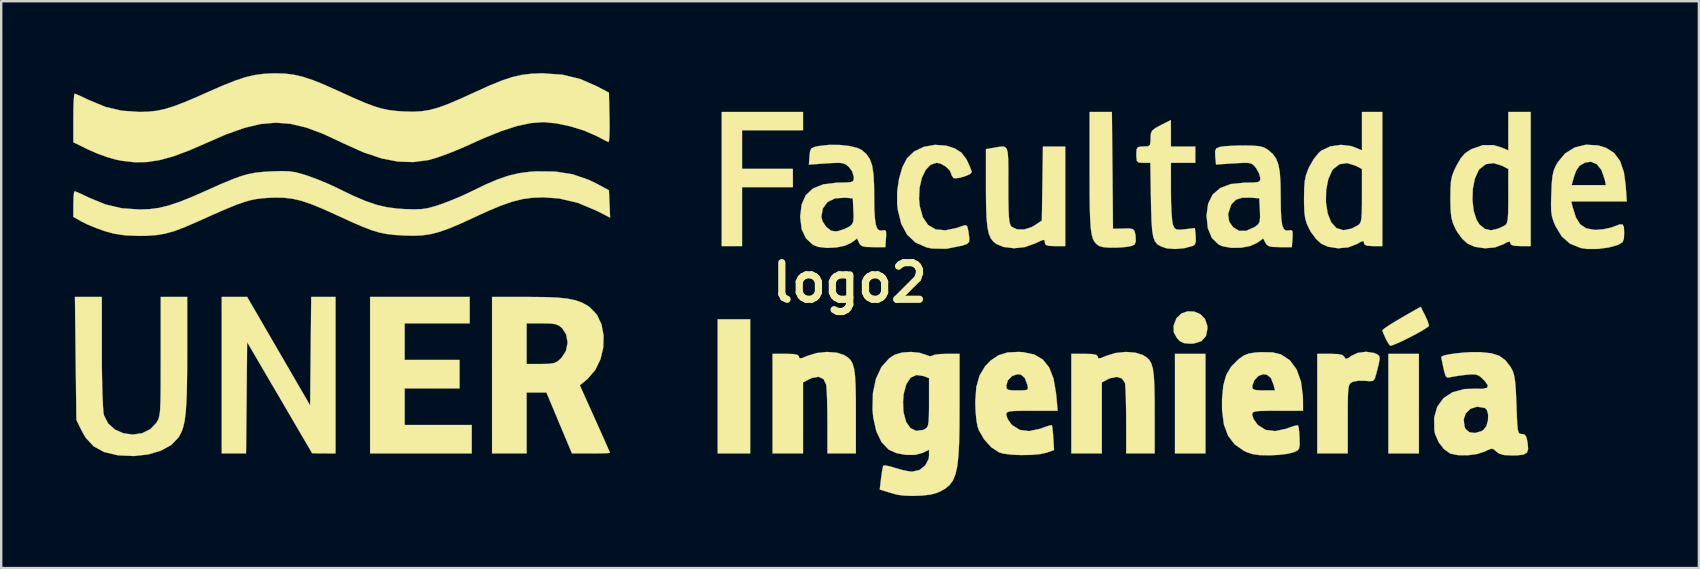
<source format=kicad_pcb>
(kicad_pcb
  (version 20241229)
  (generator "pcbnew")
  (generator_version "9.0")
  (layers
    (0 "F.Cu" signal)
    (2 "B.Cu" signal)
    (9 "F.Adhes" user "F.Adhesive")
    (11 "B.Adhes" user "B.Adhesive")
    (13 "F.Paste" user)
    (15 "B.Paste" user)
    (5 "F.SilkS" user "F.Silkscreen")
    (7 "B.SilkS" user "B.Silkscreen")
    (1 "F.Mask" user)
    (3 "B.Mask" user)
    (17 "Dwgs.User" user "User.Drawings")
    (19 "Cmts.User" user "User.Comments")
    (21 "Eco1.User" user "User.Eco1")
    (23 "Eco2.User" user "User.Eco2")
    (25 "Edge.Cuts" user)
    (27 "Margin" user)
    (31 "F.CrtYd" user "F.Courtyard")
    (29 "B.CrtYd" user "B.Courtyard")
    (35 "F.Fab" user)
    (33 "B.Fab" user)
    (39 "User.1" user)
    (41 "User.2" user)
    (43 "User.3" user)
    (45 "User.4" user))
  (footprint "logo2"
    (layer "F.Cu")
    (at 32.348 8.726)
    (property "Reference" "logo2" (at 0 0 0) (layer "F.SilkS") (effects (font (size 1.524 1.524) (thickness 0.3))))
    (attr through_hole)
    (fp_poly (pts (xy -4.149 7.112) (xy -5.503 7.112) (xy -5.503 1.524) (xy -4.149 1.524) (xy -4.149 7.112)) (stroke (width 0.01) (type solid)) (fill yes) (layer "F.SilkS"))
    (fp_poly (pts (xy 14.817 7.112) (xy 13.547 7.112) (xy 13.547 2.963) (xy 14.817 2.963) (xy 14.817 7.112)) (stroke (width 0.01) (type solid)) (fill yes) (layer "F.SilkS"))
    (fp_poly (pts (xy 23.707 7.112) (xy 22.437 7.112) (xy 22.437 2.963) (xy 23.707 2.963) (xy 23.707 7.112)) (stroke (width 0.01) (type solid)) (fill yes) (layer "F.SilkS"))
    (fp_poly (pts (xy -1.947 -6.35) (xy -4.487 -6.35) (xy -4.487 -4.741) (xy -2.371 -4.741) (xy -2.371 -3.979) (xy -4.487 -3.979) (xy -4.487 -1.524) (xy -5.334 -1.524) (xy -5.334 -7.112) (xy -1.947 -7.112) (xy -1.947 -6.35)) (stroke (width 0.01) (type solid)) (fill yes) (layer "F.SilkS"))
    (fp_poly (pts (xy -15.833 1.693) (xy -18.542 1.693) (xy -18.542 3.217) (xy -16.256 3.217) (xy -16.256 4.403) (xy -18.542 4.403) (xy -18.542 5.927) (xy -15.748 5.927) (xy -15.748 7.112) (xy -19.981 7.112) (xy -19.981 0.593) (xy -15.833 0.593) (xy -15.833 1.693)) (stroke (width 0.01) (type solid)) (fill yes) (layer "F.SilkS"))
    (fp_poly (pts (xy -22.479 5.114) (xy -22.456 2.853) (xy -22.434 0.593) (xy -21.421 0.593) (xy -21.421 7.112) (xy -21.907 7.109) (xy -22.394 7.106) (xy -23.749 4.79) (xy -25.104 2.474) (xy -25.126 4.793) (xy -25.149 7.112) (xy -26.162 7.112) (xy -26.162 0.593) (xy -25.103 0.593) (xy -22.479 5.114)) (stroke (width 0.01) (type solid)) (fill yes) (layer "F.SilkS"))
    (fp_poly (pts (xy 14.349 1.203) (xy 14.603 1.311) (xy 14.798 1.513) (xy 14.896 1.806) (xy 14.901 1.901) (xy 14.838 2.224) (xy 14.647 2.435) (xy 14.332 2.533) (xy 14.188 2.54) (xy 13.922 2.518) (xy 13.746 2.432) (xy 13.63 2.307) (xy 13.498 2.067) (xy 13.491 1.795) (xy 13.494 1.778) (xy 13.609 1.477) (xy 13.815 1.283) (xy 14.074 1.193) (xy 14.349 1.203)) (stroke (width 0.01) (type solid)) (fill yes) (layer "F.SilkS"))
    (fp_poly (pts (xy 23.956 1.346) (xy 24.061 1.576) (xy 24.121 1.755) (xy 24.126 1.796) (xy 24.054 1.863) (xy 23.867 1.981) (xy 23.604 2.129) (xy 23.303 2.287) (xy 23.003 2.434) (xy 22.744 2.551) (xy 22.564 2.618) (xy 22.516 2.627) (xy 22.453 2.557) (xy 22.355 2.385) (xy 22.325 2.325) (xy 22.234 2.126) (xy 22.185 2.001) (xy 22.183 1.988) (xy 22.254 1.918) (xy 22.453 1.781) (xy 22.758 1.592) (xy 23.149 1.363) (xy 23.3 1.277) (xy 23.782 1.005) (xy 23.956 1.346)) (stroke (width 0.01) (type solid)) (fill yes) (layer "F.SilkS"))
    (fp_poly (pts (xy 10.942 -4.678) (xy 10.964 -2.244) (xy 11.407 -2.255) (xy 11.665 -2.257) (xy 11.803 -2.227) (xy 11.867 -2.137) (xy 11.904 -1.974) (xy 11.917 -1.721) (xy 11.861 -1.583) (xy 11.722 -1.526) (xy 11.468 -1.485) (xy 11.154 -1.462) (xy 10.834 -1.46) (xy 10.563 -1.48) (xy 10.395 -1.525) (xy 10.393 -1.526) (xy 10.283 -1.603) (xy 10.196 -1.698) (xy 10.127 -1.829) (xy 10.076 -2.014) (xy 10.04 -2.272) (xy 10.015 -2.621) (xy 10 -3.079) (xy 9.993 -3.666) (xy 9.991 -4.398) (xy 9.991 -4.61) (xy 9.991 -7.112) (xy 10.919 -7.112) (xy 10.942 -4.678)) (stroke (width 0.01) (type solid)) (fill yes) (layer "F.SilkS"))
    (fp_poly (pts (xy 21.838 2.927) (xy 21.942 2.97) (xy 22.024 3.021) (xy 22.067 3.087) (xy 22.069 3.202) (xy 22.03 3.404) (xy 21.949 3.725) (xy 21.924 3.821) (xy 21.865 4.01) (xy 21.784 4.093) (xy 21.624 4.101) (xy 21.475 4.086) (xy 21.202 4.082) (xy 20.972 4.122) (xy 20.925 4.142) (xy 20.859 4.185) (xy 20.811 4.249) (xy 20.778 4.359) (xy 20.759 4.54) (xy 20.748 4.818) (xy 20.744 5.219) (xy 20.743 5.676) (xy 20.743 7.112) (xy 19.473 7.112) (xy 19.473 2.963) (xy 20.015 2.963) (xy 20.333 2.974) (xy 20.517 3.012) (xy 20.601 3.084) (xy 20.607 3.097) (xy 20.659 3.174) (xy 20.752 3.149) (xy 20.882 3.054) (xy 21.161 2.923) (xy 21.508 2.878) (xy 21.838 2.927)) (stroke (width 0.01) (type solid)) (fill yes) (layer "F.SilkS"))
    (fp_poly (pts (xy -0.543 2.915) (xy -0.251 3.007) (xy -0.094 3.101) (xy 0.028 3.214) (xy 0.117 3.369) (xy 0.18 3.587) (xy 0.22 3.89) (xy 0.242 4.301) (xy 0.252 4.842) (xy 0.254 5.372) (xy 0.254 7.112) (xy -0.931 7.112) (xy -0.931 5.81) (xy -0.935 5.336) (xy -0.944 4.901) (xy -0.958 4.545) (xy -0.976 4.304) (xy -0.984 4.243) (xy -1.095 4.013) (xy -1.296 3.919) (xy -1.574 3.967) (xy -1.684 4.017) (xy -1.947 4.153) (xy -1.947 7.112) (xy -3.217 7.112) (xy -3.217 2.963) (xy -2.667 2.963) (xy -2.356 2.972) (xy -2.183 3.004) (xy -2.119 3.065) (xy -2.117 3.086) (xy -2.09 3.15) (xy -1.988 3.14) (xy -1.774 3.054) (xy -1.757 3.046) (xy -1.376 2.929) (xy -0.948 2.885) (xy -0.543 2.915)) (stroke (width 0.01) (type solid)) (fill yes) (layer "F.SilkS"))
    (fp_poly (pts (xy 11.903 2.915) (xy 12.195 3.007) (xy 12.352 3.101) (xy 12.474 3.214) (xy 12.563 3.369) (xy 12.626 3.587) (xy 12.666 3.89) (xy 12.688 4.301) (xy 12.698 4.842) (xy 12.7 5.372) (xy 12.7 7.112) (xy 11.515 7.112) (xy 11.514 5.736) (xy 11.51 5.257) (xy 11.501 4.825) (xy 11.488 4.476) (xy 11.472 4.241) (xy 11.461 4.169) (xy 11.338 3.99) (xy 11.12 3.924) (xy 10.843 3.979) (xy 10.762 4.017) (xy 10.499 4.153) (xy 10.499 7.112) (xy 9.229 7.112) (xy 9.229 2.963) (xy 9.779 2.963) (xy 10.09 2.972) (xy 10.263 3.004) (xy 10.327 3.065) (xy 10.329 3.086) (xy 10.356 3.15) (xy 10.458 3.14) (xy 10.672 3.054) (xy 10.689 3.046) (xy 11.07 2.929) (xy 11.498 2.885) (xy 11.903 2.915)) (stroke (width 0.01) (type solid)) (fill yes) (layer "F.SilkS"))
    (fp_poly (pts (xy 6.469 -5.652) (xy 6.54 -5.57) (xy 6.581 -5.406) (xy 6.6 -5.14) (xy 6.605 -4.751) (xy 6.604 -4.219) (xy 6.604 -4.07) (xy 6.606 -3.494) (xy 6.613 -3.064) (xy 6.627 -2.758) (xy 6.65 -2.55) (xy 6.684 -2.42) (xy 6.73 -2.342) (xy 6.737 -2.334) (xy 6.958 -2.223) (xy 7.255 -2.217) (xy 7.572 -2.315) (xy 7.713 -2.395) (xy 8.001 -2.589) (xy 8.024 -4.131) (xy 8.047 -5.673) (xy 8.975 -5.673) (xy 8.975 -1.524) (xy 8.551 -1.524) (xy 8.296 -1.534) (xy 8.168 -1.573) (xy 8.129 -1.657) (xy 8.128 -1.682) (xy 8.116 -1.768) (xy 8.057 -1.785) (xy 7.913 -1.728) (xy 7.733 -1.639) (xy 7.301 -1.487) (xy 6.841 -1.436) (xy 6.411 -1.487) (xy 6.122 -1.605) (xy 5.98 -1.711) (xy 5.871 -1.851) (xy 5.791 -2.046) (xy 5.735 -2.317) (xy 5.699 -2.687) (xy 5.68 -3.177) (xy 5.673 -3.809) (xy 5.673 -3.989) (xy 5.673 -5.566) (xy 5.99 -5.618) (xy 6.202 -5.656) (xy 6.359 -5.674) (xy 6.469 -5.652)) (stroke (width 0.01) (type solid)) (fill yes) (layer "F.SilkS"))
    (fp_poly (pts (xy -31.157 2.9) (xy -31.154 3.558) (xy -31.144 4.159) (xy -31.13 4.681) (xy -31.112 5.1) (xy -31.09 5.392) (xy -31.07 5.519) (xy -30.895 5.863) (xy -30.612 6.117) (xy -30.257 6.273) (xy -29.868 6.326) (xy -29.483 6.272) (xy -29.138 6.103) (xy -28.896 5.851) (xy -28.84 5.764) (xy -28.796 5.674) (xy -28.763 5.56) (xy -28.738 5.404) (xy -28.722 5.183) (xy -28.711 4.879) (xy -28.705 4.471) (xy -28.703 3.938) (xy -28.702 3.261) (xy -28.702 3.078) (xy -28.702 0.593) (xy -27.601 0.593) (xy -27.601 2.959) (xy -27.604 3.775) (xy -27.614 4.442) (xy -27.633 4.979) (xy -27.662 5.405) (xy -27.705 5.741) (xy -27.763 6.005) (xy -27.839 6.218) (xy -27.934 6.399) (xy -27.968 6.453) (xy -28.267 6.761) (xy -28.695 6.997) (xy -29.221 7.153) (xy -29.818 7.22) (xy -30.457 7.191) (xy -30.512 7.184) (xy -31.066 7.051) (xy -31.496 6.816) (xy -31.826 6.463) (xy -31.976 6.202) (xy -32.216 5.715) (xy -32.276 0.593) (xy -31.157 0.593) (xy -31.157 2.9)) (stroke (width 0.01) (type solid)) (fill yes) (layer "F.SilkS"))
    (fp_poly (pts (xy 13.377 -5.673) (xy 14.393 -5.673) (xy 14.393 -4.995) (xy 13.377 -4.995) (xy 13.377 -3.816) (xy 13.383 -3.366) (xy 13.4 -2.96) (xy 13.425 -2.636) (xy 13.456 -2.434) (xy 13.464 -2.407) (xy 13.529 -2.272) (xy 13.622 -2.212) (xy 13.797 -2.209) (xy 13.964 -2.227) (xy 14.376 -2.276) (xy 14.409 -1.933) (xy 14.415 -1.702) (xy 14.364 -1.58) (xy 14.269 -1.526) (xy 13.923 -1.437) (xy 13.542 -1.404) (xy 13.213 -1.43) (xy 13.159 -1.444) (xy 12.967 -1.51) (xy 12.822 -1.592) (xy 12.716 -1.716) (xy 12.644 -1.902) (xy 12.598 -2.175) (xy 12.57 -2.558) (xy 12.553 -3.074) (xy 12.547 -3.438) (xy 12.52 -4.995) (xy 12.229 -4.995) (xy 12.043 -5.006) (xy 11.96 -5.07) (xy 11.939 -5.237) (xy 11.938 -5.334) (xy 11.947 -5.551) (xy 12.002 -5.647) (xy 12.147 -5.672) (xy 12.234 -5.673) (xy 12.424 -5.683) (xy 12.509 -5.747) (xy 12.53 -5.912) (xy 12.531 -6.01) (xy 12.541 -6.208) (xy 12.599 -6.338) (xy 12.74 -6.448) (xy 12.954 -6.562) (xy 13.377 -6.776) (xy 13.377 -5.673)) (stroke (width 0.01) (type solid)) (fill yes) (layer "F.SilkS"))
    (fp_poly (pts (xy -12.718 0.599) (xy -12.186 0.62) (xy -11.769 0.662) (xy -11.44 0.728) (xy -11.17 0.823) (xy -10.933 0.951) (xy -10.834 1.019) (xy -10.535 1.329) (xy -10.342 1.736) (xy -10.254 2.204) (xy -10.269 2.7) (xy -10.385 3.188) (xy -10.602 3.634) (xy -10.918 4.003) (xy -10.944 4.025) (xy -11.245 4.276) (xy -10.618 5.668) (xy -10.417 6.115) (xy -10.243 6.505) (xy -10.107 6.813) (xy -10.019 7.015) (xy -9.991 7.086) (xy -10.069 7.097) (xy -10.28 7.106) (xy -10.586 7.111) (xy -10.781 7.112) (xy -11.572 7.112) (xy -12.637 4.572) (xy -13.462 4.572) (xy -13.462 7.112) (xy -14.901 7.112) (xy -14.901 1.693) (xy -13.462 1.693) (xy -13.462 3.387) (xy -12.863 3.387) (xy -12.538 3.38) (xy -12.329 3.351) (xy -12.179 3.282) (xy -12.036 3.159) (xy -12.016 3.139) (xy -11.822 2.842) (xy -11.753 2.498) (xy -11.811 2.16) (xy -11.976 1.901) (xy -12.104 1.793) (xy -12.25 1.73) (xy -12.463 1.701) (xy -12.792 1.693) (xy -12.823 1.693) (xy -13.462 1.693) (xy -14.901 1.693) (xy -14.901 0.593) (xy -13.391 0.593) (xy -12.718 0.599)) (stroke (width 0.01) (type solid)) (fill yes) (layer "F.SilkS"))
    (fp_poly (pts (xy 4.022 -5.708) (xy 4.369 -5.596) (xy 4.652 -5.417) (xy 4.854 -5.15) (xy 4.898 -5.063) (xy 5.005 -4.827) (xy 5.07 -4.65) (xy 5.08 -4.601) (xy 5.007 -4.525) (xy 4.829 -4.445) (xy 4.611 -4.379) (xy 4.416 -4.347) (xy 4.316 -4.361) (xy 4.238 -4.484) (xy 4.233 -4.52) (xy 4.162 -4.681) (xy 3.989 -4.845) (xy 3.774 -4.964) (xy 3.622 -4.995) (xy 3.372 -4.917) (xy 3.162 -4.699) (xy 3.004 -4.372) (xy 2.908 -3.963) (xy 2.885 -3.5) (xy 2.914 -3.194) (xy 3.041 -2.729) (xy 3.263 -2.404) (xy 3.576 -2.222) (xy 3.98 -2.181) (xy 4.472 -2.284) (xy 4.668 -2.355) (xy 4.816 -2.4) (xy 4.89 -2.355) (xy 4.933 -2.185) (xy 4.942 -2.132) (xy 4.981 -1.857) (xy 4.969 -1.701) (xy 4.883 -1.614) (xy 4.703 -1.551) (xy 4.678 -1.543) (xy 4.021 -1.413) (xy 3.431 -1.423) (xy 3.194 -1.472) (xy 2.738 -1.673) (xy 2.39 -1.998) (xy 2.145 -2.452) (xy 2.002 -3.038) (xy 1.974 -3.284) (xy 1.975 -3.803) (xy 2.052 -4.331) (xy 2.192 -4.81) (xy 2.383 -5.182) (xy 2.384 -5.183) (xy 2.686 -5.471) (xy 3.089 -5.66) (xy 3.549 -5.742) (xy 4.022 -5.708)) (stroke (width 0.01) (type solid)) (fill yes) (layer "F.SilkS"))
    (fp_poly (pts (xy 22.183 -1.524) (xy 21.802 -1.524) (xy 21.554 -1.539) (xy 21.44 -1.593) (xy 21.421 -1.658) (xy 21.4 -1.731) (xy 21.313 -1.716) (xy 21.136 -1.616) (xy 20.766 -1.472) (xy 20.338 -1.434) (xy 19.919 -1.5) (xy 19.634 -1.63) (xy 19.42 -1.827) (xy 19.212 -2.106) (xy 19.135 -2.244) (xy 19.034 -2.468) (xy 18.971 -2.685) (xy 18.937 -2.943) (xy 18.924 -3.296) (xy 18.924 -3.351) (xy 19.835 -3.351) (xy 19.908 -2.884) (xy 20.051 -2.52) (xy 20.272 -2.276) (xy 20.557 -2.187) (xy 20.899 -2.253) (xy 21.161 -2.387) (xy 21.232 -2.443) (xy 21.281 -2.526) (xy 21.312 -2.666) (xy 21.328 -2.892) (xy 21.335 -3.233) (xy 21.336 -3.617) (xy 21.336 -4.737) (xy 21.077 -4.871) (xy 20.72 -4.983) (xy 20.403 -4.937) (xy 20.143 -4.738) (xy 20.095 -4.674) (xy 19.93 -4.305) (xy 19.843 -3.844) (xy 19.835 -3.351) (xy 18.924 -3.351) (xy 18.923 -3.514) (xy 18.93 -3.932) (xy 18.953 -4.235) (xy 19.004 -4.477) (xy 19.09 -4.712) (xy 19.145 -4.834) (xy 19.329 -5.153) (xy 19.54 -5.414) (xy 19.643 -5.503) (xy 20.017 -5.678) (xy 20.455 -5.742) (xy 20.887 -5.69) (xy 21.021 -5.644) (xy 21.336 -5.512) (xy 21.336 -7.112) (xy 22.183 -7.112) (xy 22.183 -1.524)) (stroke (width 0.01) (type solid)) (fill yes) (layer "F.SilkS"))
    (fp_poly (pts (xy 31.173 -5.718) (xy 31.497 -5.62) (xy 31.838 -5.407) (xy 32.087 -5.071) (xy 32.247 -4.605) (xy 32.32 -4.064) (xy 32.367 -3.387) (xy 30.053 -3.387) (xy 30.11 -3.154) (xy 30.249 -2.718) (xy 30.43 -2.428) (xy 30.677 -2.264) (xy 31.01 -2.203) (xy 31.091 -2.201) (xy 31.413 -2.229) (xy 31.723 -2.299) (xy 31.805 -2.328) (xy 32.058 -2.424) (xy 32.193 -2.428) (xy 32.248 -2.319) (xy 32.258 -2.076) (xy 32.258 -2.07) (xy 32.247 -1.826) (xy 32.19 -1.69) (xy 32.054 -1.601) (xy 31.983 -1.57) (xy 31.614 -1.466) (xy 31.169 -1.408) (xy 30.732 -1.405) (xy 30.45 -1.445) (xy 30.003 -1.625) (xy 29.656 -1.928) (xy 29.402 -2.348) (xy 29.307 -2.573) (xy 29.248 -2.775) (xy 29.218 -3.003) (xy 29.212 -3.306) (xy 29.223 -3.711) (xy 29.239 -4.064) (xy 30.07 -4.064) (xy 31.499 -4.064) (xy 31.449 -4.297) (xy 31.315 -4.688) (xy 31.118 -4.939) (xy 30.869 -5.04) (xy 30.625 -5.002) (xy 30.408 -4.879) (xy 30.261 -4.677) (xy 30.157 -4.381) (xy 30.07 -4.064) (xy 29.239 -4.064) (xy 29.242 -4.133) (xy 29.271 -4.433) (xy 29.319 -4.655) (xy 29.396 -4.846) (xy 29.485 -5.008) (xy 29.796 -5.384) (xy 30.201 -5.634) (xy 30.669 -5.748) (xy 31.173 -5.718)) (stroke (width 0.01) (type solid)) (fill yes) (layer "F.SilkS"))
    (fp_poly (pts (xy 28.363 -1.524) (xy 27.94 -1.524) (xy 27.673 -1.538) (xy 27.543 -1.585) (xy 27.517 -1.65) (xy 27.491 -1.717) (xy 27.391 -1.692) (xy 27.241 -1.608) (xy 26.882 -1.472) (xy 26.459 -1.434) (xy 26.041 -1.494) (xy 25.73 -1.63) (xy 25.514 -1.829) (xy 25.306 -2.11) (xy 25.232 -2.244) (xy 25.131 -2.468) (xy 25.068 -2.686) (xy 25.034 -2.946) (xy 25.021 -3.301) (xy 25.02 -3.446) (xy 25.937 -3.446) (xy 25.988 -3.002) (xy 26.106 -2.626) (xy 26.233 -2.424) (xy 26.46 -2.237) (xy 26.713 -2.182) (xy 27.024 -2.258) (xy 27.268 -2.374) (xy 27.335 -2.423) (xy 27.38 -2.505) (xy 27.409 -2.65) (xy 27.425 -2.886) (xy 27.431 -3.241) (xy 27.432 -3.599) (xy 27.432 -4.737) (xy 27.173 -4.871) (xy 26.816 -4.983) (xy 26.499 -4.938) (xy 26.24 -4.739) (xy 26.192 -4.675) (xy 26.038 -4.333) (xy 25.953 -3.906) (xy 25.937 -3.446) (xy 25.02 -3.446) (xy 25.02 -3.52) (xy 25.024 -3.926) (xy 25.043 -4.215) (xy 25.088 -4.441) (xy 25.168 -4.657) (xy 25.273 -4.874) (xy 25.453 -5.187) (xy 25.633 -5.393) (xy 25.866 -5.546) (xy 25.905 -5.567) (xy 26.371 -5.73) (xy 26.818 -5.731) (xy 27.138 -5.635) (xy 27.432 -5.512) (xy 27.432 -7.112) (xy 28.363 -7.112) (xy 28.363 -1.524)) (stroke (width 0.01) (type solid)) (fill yes) (layer "F.SilkS"))
    (fp_poly (pts (xy 7.23 2.896) (xy 7.685 2.991) (xy 8.042 3.2) (xy 8.307 3.532) (xy 8.488 3.999) (xy 8.593 4.61) (xy 8.6 4.678) (xy 8.659 5.334) (xy 7.589 5.334) (xy 7.148 5.335) (xy 6.848 5.342) (xy 6.663 5.36) (xy 6.564 5.392) (xy 6.526 5.443) (xy 6.519 5.51) (xy 6.577 5.679) (xy 6.719 5.882) (xy 6.767 5.933) (xy 7.08 6.132) (xy 7.471 6.182) (xy 7.934 6.085) (xy 8.045 6.043) (xy 8.26 5.966) (xy 8.398 5.934) (xy 8.419 5.937) (xy 8.44 6.032) (xy 8.463 6.245) (xy 8.479 6.469) (xy 8.509 6.97) (xy 8.213 7.077) (xy 7.939 7.138) (xy 7.565 7.172) (xy 7.146 7.18) (xy 6.739 7.163) (xy 6.399 7.12) (xy 6.215 7.068) (xy 5.892 6.853) (xy 5.598 6.527) (xy 5.381 6.151) (xy 5.325 5.991) (xy 5.276 5.728) (xy 5.241 5.368) (xy 5.228 4.984) (xy 5.228 4.943) (xy 5.272 4.346) (xy 5.288 4.289) (xy 6.519 4.289) (xy 6.533 4.403) (xy 6.603 4.462) (xy 6.768 4.484) (xy 6.987 4.487) (xy 7.253 4.484) (xy 7.386 4.46) (xy 7.423 4.394) (xy 7.401 4.265) (xy 7.398 4.255) (xy 7.291 3.97) (xy 7.133 3.832) (xy 7.002 3.81) (xy 6.766 3.884) (xy 6.585 4.068) (xy 6.519 4.289) (xy 5.288 4.289) (xy 5.405 3.869) (xy 5.639 3.479) (xy 5.868 3.243) (xy 6.192 3.023) (xy 6.566 2.907) (xy 7.033 2.883) (xy 7.23 2.896)) (stroke (width 0.01) (type solid)) (fill yes) (layer "F.SilkS"))
    (fp_poly (pts (xy 17.612 2.903) (xy 17.963 2.988) (xy 18.333 3.232) (xy 18.612 3.611) (xy 18.794 4.114) (xy 18.875 4.731) (xy 18.879 4.889) (xy 18.881 5.334) (xy 17.822 5.334) (xy 17.383 5.335) (xy 17.086 5.343) (xy 16.903 5.36) (xy 16.807 5.393) (xy 16.77 5.445) (xy 16.764 5.51) (xy 16.821 5.679) (xy 16.964 5.882) (xy 17.011 5.933) (xy 17.324 6.132) (xy 17.715 6.182) (xy 18.178 6.085) (xy 18.29 6.043) (xy 18.507 5.968) (xy 18.652 5.942) (xy 18.676 5.948) (xy 18.702 6.049) (xy 18.725 6.267) (xy 18.736 6.478) (xy 18.742 6.754) (xy 18.717 6.91) (xy 18.64 6.997) (xy 18.486 7.064) (xy 18.457 7.075) (xy 18.228 7.129) (xy 17.896 7.169) (xy 17.528 7.19) (xy 17.48 7.19) (xy 17.082 7.183) (xy 16.79 7.143) (xy 16.542 7.062) (xy 16.423 7.006) (xy 16.037 6.739) (xy 15.759 6.377) (xy 15.585 5.905) (xy 15.507 5.31) (xy 15.507 4.83) (xy 15.555 4.337) (xy 16.764 4.337) (xy 16.79 4.424) (xy 16.895 4.47) (xy 17.115 4.486) (xy 17.239 4.487) (xy 17.714 4.487) (xy 17.655 4.255) (xy 17.544 3.973) (xy 17.377 3.834) (xy 17.224 3.81) (xy 17.022 3.884) (xy 16.852 4.066) (xy 16.766 4.295) (xy 16.764 4.337) (xy 15.555 4.337) (xy 15.561 4.276) (xy 15.682 3.843) (xy 15.888 3.494) (xy 16.194 3.189) (xy 16.203 3.182) (xy 16.412 3.035) (xy 16.623 2.95) (xy 16.904 2.907) (xy 17.09 2.894) (xy 17.612 2.903)) (stroke (width 0.01) (type solid)) (fill yes) (layer "F.SilkS"))
    (fp_poly (pts (xy -0.43 -5.739) (xy -0.02 -5.695) (xy 0.315 -5.616) (xy 0.495 -5.529) (xy 0.692 -5.357) (xy 0.834 -5.155) (xy 0.929 -4.892) (xy 0.986 -4.541) (xy 1.012 -4.071) (xy 1.016 -3.667) (xy 1.022 -3.102) (xy 1.045 -2.688) (xy 1.087 -2.407) (xy 1.153 -2.24) (xy 1.247 -2.172) (xy 1.355 -2.177) (xy 1.465 -2.191) (xy 1.512 -2.129) (xy 1.515 -1.952) (xy 1.508 -1.853) (xy 1.482 -1.482) (xy 0.974 -1.482) (xy 0.681 -1.49) (xy 0.512 -1.524) (xy 0.421 -1.599) (xy 0.386 -1.663) (xy 0.307 -1.844) (xy 0.065 -1.665) (xy -0.203 -1.541) (xy -0.562 -1.468) (xy -0.95 -1.449) (xy -1.301 -1.489) (xy -1.535 -1.577) (xy -1.829 -1.852) (xy -2.003 -2.228) (xy -2.064 -2.72) (xy -2.064 -2.744) (xy -1.185 -2.744) (xy -1.127 -2.542) (xy -0.985 -2.332) (xy -0.968 -2.315) (xy -0.778 -2.166) (xy -0.586 -2.136) (xy -0.486 -2.151) (xy -0.224 -2.233) (xy -0.022 -2.334) (xy 0.088 -2.424) (xy 0.144 -2.543) (xy 0.16 -2.741) (xy 0.152 -2.989) (xy 0.127 -3.514) (xy -0.201 -3.541) (xy -0.615 -3.513) (xy -0.926 -3.362) (xy -1.12 -3.098) (xy -1.185 -2.744) (xy -2.064 -2.744) (xy -2.064 -2.752) (xy -2.006 -3.257) (xy -1.831 -3.647) (xy -1.532 -3.925) (xy -1.105 -4.097) (xy -0.546 -4.166) (xy -0.464 -4.167) (xy -0.142 -4.173) (xy 0.047 -4.191) (xy 0.138 -4.233) (xy 0.167 -4.314) (xy 0.169 -4.401) (xy 0.102 -4.634) (xy -0.04 -4.824) (xy -0.154 -4.919) (xy -0.275 -4.973) (xy -0.446 -4.994) (xy -0.711 -4.987) (xy -0.976 -4.97) (xy -1.703 -4.918) (xy -1.677 -5.272) (xy -1.652 -5.491) (xy -1.587 -5.605) (xy -1.433 -5.664) (xy -1.27 -5.697) (xy -0.864 -5.741) (xy -0.43 -5.739)) (stroke (width 0.01) (type solid)) (fill yes) (layer "F.SilkS"))
    (fp_poly (pts (xy 2.917 2.922) (xy 3.152 3) (xy 3.335 3.065) (xy 3.433 3.042) (xy 3.536 3.002) (xy 3.759 2.973) (xy 4.027 2.963) (xy 4.572 2.963) (xy 4.572 5.192) (xy 4.568 6.018) (xy 4.554 6.693) (xy 4.524 7.235) (xy 4.475 7.662) (xy 4.4 7.992) (xy 4.295 8.242) (xy 4.156 8.432) (xy 3.978 8.578) (xy 3.755 8.7) (xy 3.621 8.759) (xy 3.361 8.826) (xy 2.998 8.868) (xy 2.595 8.882) (xy 2.218 8.866) (xy 1.99 8.832) (xy 1.791 8.781) (xy 1.544 8.708) (xy 1.535 8.705) (xy 1.249 8.616) (xy 1.304 8.149) (xy 1.341 7.88) (xy 1.377 7.684) (xy 1.397 7.621) (xy 1.49 7.613) (xy 1.692 7.655) (xy 1.881 7.714) (xy 2.19 7.803) (xy 2.482 7.861) (xy 2.607 7.871) (xy 2.907 7.8) (xy 3.148 7.609) (xy 3.286 7.341) (xy 3.302 7.207) (xy 3.302 6.956) (xy 3.039 7.087) (xy 2.722 7.172) (xy 2.333 7.173) (xy 1.945 7.099) (xy 1.629 6.957) (xy 1.617 6.948) (xy 1.32 6.636) (xy 1.105 6.186) (xy 0.977 5.612) (xy 0.948 5.287) (xy 0.956 4.955) (xy 2.22 4.955) (xy 2.231 5.309) (xy 2.243 5.412) (xy 2.347 5.799) (xy 2.526 6.056) (xy 2.764 6.172) (xy 3.048 6.135) (xy 3.138 6.093) (xy 3.208 6.041) (xy 3.255 5.952) (xy 3.283 5.797) (xy 3.297 5.544) (xy 3.302 5.164) (xy 3.302 4.99) (xy 3.302 3.975) (xy 3.079 3.89) (xy 2.778 3.844) (xy 2.536 3.955) (xy 2.357 4.22) (xy 2.244 4.636) (xy 2.244 4.637) (xy 2.22 4.955) (xy 0.956 4.955) (xy 0.965 4.595) (xy 1.091 3.999) (xy 1.319 3.512) (xy 1.644 3.148) (xy 1.869 3.003) (xy 2.172 2.911) (xy 2.549 2.884) (xy 2.917 2.922)) (stroke (width 0.01) (type solid)) (fill yes) (layer "F.SilkS"))
    (fp_poly (pts (xy 16.79 -5.709) (xy 17.057 -5.686) (xy 17.242 -5.638) (xy 17.389 -5.557) (xy 17.414 -5.54) (xy 17.612 -5.37) (xy 17.756 -5.176) (xy 17.853 -4.928) (xy 17.913 -4.597) (xy 17.942 -4.155) (xy 17.949 -3.614) (xy 17.955 -3.064) (xy 17.976 -2.664) (xy 18.015 -2.394) (xy 18.079 -2.236) (xy 18.17 -2.171) (xy 18.292 -2.178) (xy 18.4 -2.19) (xy 18.446 -2.126) (xy 18.448 -1.946) (xy 18.442 -1.853) (xy 18.415 -1.482) (xy 17.91 -1.482) (xy 17.616 -1.49) (xy 17.445 -1.526) (xy 17.349 -1.604) (xy 17.314 -1.663) (xy 17.223 -1.844) (xy 16.977 -1.665) (xy 16.681 -1.529) (xy 16.298 -1.457) (xy 15.893 -1.452) (xy 15.533 -1.517) (xy 15.36 -1.594) (xy 15.082 -1.867) (xy 14.916 -2.266) (xy 14.862 -2.789) (xy 14.862 -2.794) (xy 14.871 -2.861) (xy 15.759 -2.861) (xy 15.803 -2.547) (xy 15.965 -2.315) (xy 16.218 -2.159) (xy 16.513 -2.159) (xy 16.859 -2.316) (xy 16.894 -2.338) (xy 17.014 -2.433) (xy 17.075 -2.548) (xy 17.093 -2.736) (xy 17.085 -2.997) (xy 17.06 -3.514) (xy 16.73 -3.541) (xy 16.347 -3.54) (xy 16.085 -3.457) (xy 15.909 -3.278) (xy 15.877 -3.22) (xy 15.759 -2.861) (xy 14.871 -2.861) (xy 14.927 -3.289) (xy 15.117 -3.673) (xy 15.433 -3.945) (xy 15.877 -4.11) (xy 16.452 -4.167) (xy 16.483 -4.167) (xy 16.801 -4.171) (xy 16.987 -4.188) (xy 17.075 -4.231) (xy 17.101 -4.31) (xy 17.103 -4.358) (xy 17.051 -4.555) (xy 16.927 -4.772) (xy 16.918 -4.784) (xy 16.823 -4.896) (xy 16.727 -4.962) (xy 16.589 -4.992) (xy 16.367 -4.992) (xy 16.02 -4.972) (xy 15.995 -4.971) (xy 15.257 -4.923) (xy 15.225 -5.258) (xy 15.217 -5.48) (xy 15.266 -5.592) (xy 15.399 -5.652) (xy 15.407 -5.654) (xy 15.586 -5.681) (xy 15.883 -5.702) (xy 16.243 -5.714) (xy 16.398 -5.715) (xy 16.79 -5.709)) (stroke (width 0.01) (type solid)) (fill yes) (layer "F.SilkS"))
    (fp_poly (pts (xy 26.253 2.892) (xy 26.716 2.939) (xy 27.055 3.045) (xy 27.314 3.232) (xy 27.533 3.521) (xy 27.559 3.565) (xy 27.629 3.709) (xy 27.68 3.886) (xy 27.717 4.13) (xy 27.744 4.471) (xy 27.766 4.942) (xy 27.771 5.08) (xy 27.788 5.558) (xy 27.805 5.892) (xy 27.827 6.109) (xy 27.858 6.232) (xy 27.902 6.288) (xy 27.965 6.302) (xy 27.996 6.302) (xy 28.116 6.326) (xy 28.186 6.435) (xy 28.236 6.671) (xy 28.236 6.673) (xy 28.257 6.924) (xy 28.21 7.078) (xy 28.067 7.16) (xy 27.799 7.192) (xy 27.58 7.195) (xy 27.254 7.179) (xy 27.044 7.118) (xy 26.93 7.033) (xy 26.82 6.935) (xy 26.72 6.915) (xy 26.568 6.972) (xy 26.446 7.033) (xy 26.135 7.136) (xy 25.744 7.188) (xy 25.352 7.185) (xy 25.033 7.123) (xy 25.012 7.115) (xy 24.752 6.932) (xy 24.527 6.64) (xy 24.38 6.295) (xy 24.353 6.165) (xy 24.345 5.7) (xy 25.571 5.7) (xy 25.612 6.003) (xy 25.657 6.102) (xy 25.812 6.231) (xy 26.048 6.26) (xy 26.307 6.187) (xy 26.397 6.134) (xy 26.519 5.973) (xy 26.585 5.74) (xy 26.592 5.494) (xy 26.537 5.297) (xy 26.451 5.216) (xy 26.131 5.165) (xy 25.858 5.25) (xy 25.663 5.439) (xy 25.571 5.7) (xy 24.345 5.7) (xy 24.343 5.62) (xy 24.474 5.164) (xy 24.735 4.807) (xy 25.116 4.559) (xy 25.609 4.43) (xy 26.042 4.417) (xy 26.375 4.419) (xy 26.551 4.376) (xy 26.578 4.277) (xy 26.465 4.111) (xy 26.366 4.007) (xy 26.223 3.882) (xy 26.079 3.825) (xy 25.871 3.819) (xy 25.668 3.837) (xy 25.367 3.874) (xy 25.112 3.916) (xy 25.006 3.941) (xy 24.896 3.954) (xy 24.825 3.89) (xy 24.766 3.712) (xy 24.731 3.559) (xy 24.679 3.309) (xy 24.645 3.137) (xy 24.638 3.092) (xy 24.716 3.043) (xy 24.923 2.993) (xy 25.217 2.948) (xy 25.56 2.913) (xy 25.91 2.892) (xy 26.227 2.891) (xy 26.253 2.892)) (stroke (width 0.01) (type solid)) (fill yes) (layer "F.SilkS"))
    (fp_poly (pts (xy -11.971 -8.665) (xy -11.236 -8.488) (xy -10.549 -8.189) (xy -10.033 -7.916) (xy -10.009 -6.871) (xy -10.005 -6.476) (xy -10.011 -6.155) (xy -10.026 -5.938) (xy -10.049 -5.855) (xy -10.051 -5.856) (xy -10.157 -5.908) (xy -10.363 -6.015) (xy -10.57 -6.123) (xy -11.058 -6.334) (xy -11.627 -6.511) (xy -12.207 -6.635) (xy -12.726 -6.688) (xy -12.785 -6.689) (xy -13.292 -6.649) (xy -13.863 -6.527) (xy -14.517 -6.315) (xy -15.275 -6.009) (xy -15.734 -5.801) (xy -16.24 -5.577) (xy -16.734 -5.377) (xy -17.171 -5.219) (xy -17.51 -5.119) (xy -17.554 -5.108) (xy -18.186 -5.025) (xy -18.829 -5.047) (xy -19.508 -5.179) (xy -20.248 -5.427) (xy -21.073 -5.796) (xy -21.167 -5.842) (xy -21.947 -6.205) (xy -22.644 -6.464) (xy -23.288 -6.617) (xy -23.912 -6.666) (xy -24.546 -6.609) (xy -25.222 -6.448) (xy -25.971 -6.182) (xy -26.755 -5.842) (xy -27.521 -5.508) (xy -28.178 -5.264) (xy -28.756 -5.105) (xy -29.285 -5.025) (xy -29.795 -5.018) (xy -30.318 -5.079) (xy -30.565 -5.127) (xy -30.926 -5.229) (xy -31.345 -5.38) (xy -31.729 -5.549) (xy -32.343 -5.851) (xy -32.343 -6.863) (xy -32.339 -7.254) (xy -32.327 -7.575) (xy -32.31 -7.792) (xy -32.29 -7.874) (xy -32.29 -7.874) (xy -32.192 -7.839) (xy -31.988 -7.748) (xy -31.72 -7.62) (xy -31.714 -7.617) (xy -31.01 -7.325) (xy -30.319 -7.163) (xy -29.585 -7.113) (xy -29.221 -7.123) (xy -28.882 -7.159) (xy -28.538 -7.232) (xy -28.156 -7.35) (xy -27.704 -7.521) (xy -27.152 -7.756) (xy -26.774 -7.925) (xy -26.138 -8.204) (xy -25.617 -8.412) (xy -25.177 -8.558) (xy -24.783 -8.651) (xy -24.401 -8.702) (xy -23.998 -8.72) (xy -23.916 -8.721) (xy -23.523 -8.708) (xy -23.158 -8.664) (xy -22.785 -8.578) (xy -22.371 -8.441) (xy -21.88 -8.243) (xy -21.277 -7.972) (xy -21.25 -7.96) (xy -20.666 -7.695) (xy -20.201 -7.495) (xy -19.822 -7.351) (xy -19.495 -7.252) (xy -19.188 -7.189) (xy -18.868 -7.151) (xy -18.575 -7.132) (xy -18.186 -7.122) (xy -17.836 -7.141) (xy -17.492 -7.197) (xy -17.124 -7.299) (xy -16.699 -7.456) (xy -16.184 -7.676) (xy -15.638 -7.926) (xy -15.013 -8.209) (xy -14.5 -8.418) (xy -14.061 -8.564) (xy -13.662 -8.656) (xy -13.264 -8.705) (xy -12.834 -8.721) (xy -12.785 -8.721) (xy -11.971 -8.665)) (stroke (width 0.01) (type solid)) (fill yes) (layer "F.SilkS"))
    (fp_poly (pts (xy -23.345 -4.639) (xy -23.067 -4.596) (xy -22.768 -4.514) (xy -22.581 -4.454) (xy -22.163 -4.299) (xy -21.71 -4.111) (xy -21.335 -3.936) (xy -20.704 -3.63) (xy -20.176 -3.404) (xy -19.716 -3.245) (xy -19.283 -3.144) (xy -18.842 -3.086) (xy -18.584 -3.069) (xy -18.164 -3.055) (xy -17.848 -3.064) (xy -17.575 -3.105) (xy -17.28 -3.185) (xy -17.079 -3.25) (xy -16.661 -3.405) (xy -16.208 -3.593) (xy -15.832 -3.768) (xy -15.203 -4.074) (xy -14.678 -4.299) (xy -14.219 -4.457) (xy -13.787 -4.56) (xy -13.346 -4.618) (xy -13.067 -4.637) (xy -12.263 -4.629) (xy -11.553 -4.518) (xy -10.89 -4.292) (xy -10.541 -4.123) (xy -10.033 -3.852) (xy -9.983 -2.712) (xy -10.558 -3.004) (xy -11.341 -3.332) (xy -12.117 -3.511) (xy -12.785 -3.556) (xy -13.217 -3.539) (xy -13.629 -3.483) (xy -14.056 -3.377) (xy -14.533 -3.211) (xy -15.095 -2.975) (xy -15.573 -2.756) (xy -16.182 -2.475) (xy -16.677 -2.265) (xy -17.089 -2.118) (xy -17.454 -2.023) (xy -17.805 -1.972) (xy -18.176 -1.957) (xy -18.574 -1.967) (xy -18.953 -1.99) (xy -19.279 -2.027) (xy -19.588 -2.089) (xy -19.913 -2.187) (xy -20.287 -2.329) (xy -20.745 -2.527) (xy -21.319 -2.79) (xy -21.336 -2.798) (xy -21.944 -3.073) (xy -22.438 -3.276) (xy -22.854 -3.415) (xy -23.226 -3.501) (xy -23.589 -3.541) (xy -23.979 -3.545) (xy -24.163 -3.538) (xy -24.451 -3.519) (xy -24.71 -3.488) (xy -24.967 -3.436) (xy -25.247 -3.355) (xy -25.577 -3.236) (xy -25.982 -3.071) (xy -26.488 -2.851) (xy -27.12 -2.568) (xy -27.136 -2.561) (xy -27.684 -2.322) (xy -28.129 -2.153) (xy -28.519 -2.043) (xy -28.899 -1.981) (xy -29.316 -1.954) (xy -29.65 -1.951) (xy -30.197 -1.974) (xy -30.659 -2.045) (xy -31.037 -2.149) (xy -31.394 -2.277) (xy -31.742 -2.421) (xy -31.989 -2.542) (xy -32.343 -2.741) (xy -32.343 -3.275) (xy -32.335 -3.551) (xy -32.315 -3.744) (xy -32.29 -3.81) (xy -32.192 -3.775) (xy -31.988 -3.684) (xy -31.72 -3.556) (xy -31.714 -3.553) (xy -31.012 -3.262) (xy -30.324 -3.1) (xy -29.579 -3.049) (xy -29.174 -3.064) (xy -28.784 -3.115) (xy -28.375 -3.214) (xy -27.914 -3.368) (xy -27.368 -3.587) (xy -26.791 -3.842) (xy -26.217 -4.098) (xy -25.762 -4.29) (xy -25.39 -4.428) (xy -25.067 -4.521) (xy -24.76 -4.581) (xy -24.434 -4.616) (xy -24.087 -4.637) (xy -23.663 -4.649) (xy -23.345 -4.639)) (stroke (width 0.01) (type solid)) (fill yes) (layer "F.SilkS")))
  (gr_rect
    (start -3 -3)
    (end 67.72 20.613)
    (stroke (width 0.1) (type default))
    (fill no)
    (layer "Edge.Cuts")))
</source>
